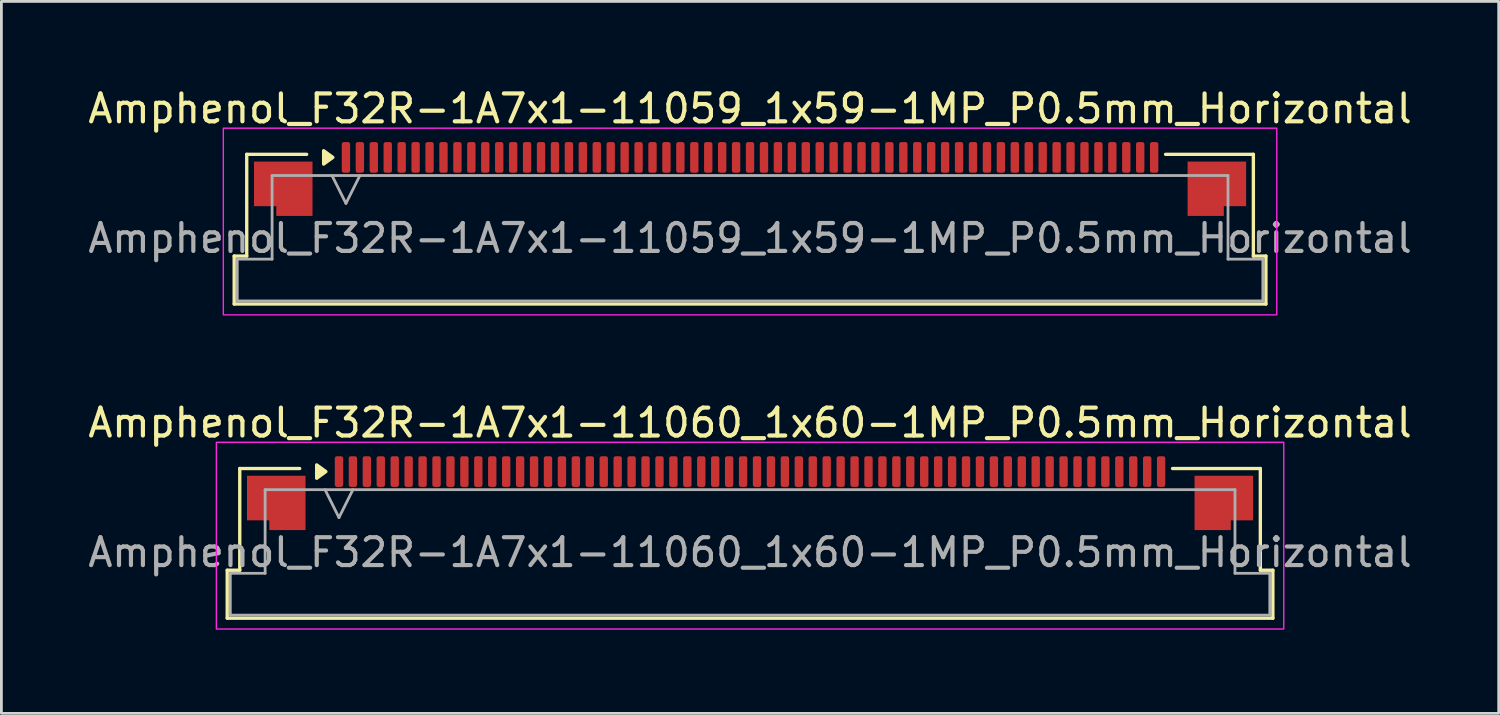
<source format=kicad_pcb>
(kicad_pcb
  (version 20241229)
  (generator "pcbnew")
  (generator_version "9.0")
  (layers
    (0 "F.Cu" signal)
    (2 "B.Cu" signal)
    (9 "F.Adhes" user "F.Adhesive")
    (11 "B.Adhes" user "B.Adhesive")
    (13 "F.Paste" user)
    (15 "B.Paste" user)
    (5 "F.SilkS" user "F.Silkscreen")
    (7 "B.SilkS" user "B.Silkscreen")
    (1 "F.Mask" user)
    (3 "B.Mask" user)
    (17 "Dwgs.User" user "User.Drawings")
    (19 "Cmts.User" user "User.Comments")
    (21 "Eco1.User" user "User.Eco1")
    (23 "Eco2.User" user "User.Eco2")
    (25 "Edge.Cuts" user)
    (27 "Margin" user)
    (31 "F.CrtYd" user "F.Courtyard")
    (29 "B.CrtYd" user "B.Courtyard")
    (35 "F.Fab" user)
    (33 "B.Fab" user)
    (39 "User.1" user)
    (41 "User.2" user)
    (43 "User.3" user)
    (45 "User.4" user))
  (footprint "Amphenol_F32R-1A7x1-11059_1x59-1MP_P0.5mm_Horizontal"
    (layer "F.Cu")
    (at 23.863 5.498)
    (property "Reference" "Amphenol_F32R-1A7x1-11059_1x59-1MP_P0.5mm_Horizontal" (at 0 -4.65 0) (layer "F.SilkS") (effects (font (size 1 1) (thickness 0.15))))
    (attr smd)
    (fp_line (start -18.51 0.64) (end -18.06 0.64) (stroke (width 0.12) (type solid)) (layer "F.SilkS"))
    (fp_line (start -18.51 2.36) (end -18.51 0.64) (stroke (width 0.12) (type solid)) (layer "F.SilkS"))
    (fp_line (start -18.06 -3.01) (end -15.91 -3.01) (stroke (width 0.12) (type solid)) (layer "F.SilkS"))
    (fp_line (start -18.06 0.64) (end -18.06 -3.01) (stroke (width 0.12) (type solid)) (layer "F.SilkS"))
    (fp_line (start 14.91 -3.01) (end 18.06 -3.01) (stroke (width 0.12) (type solid)) (layer "F.SilkS"))
    (fp_line (start 18.06 -3.01) (end 18.06 0.64) (stroke (width 0.12) (type solid)) (layer "F.SilkS"))
    (fp_line (start 18.06 0.64) (end 18.51 0.64) (stroke (width 0.12) (type solid)) (layer "F.SilkS"))
    (fp_line (start 18.51 0.64) (end 18.51 2.36) (stroke (width 0.12) (type solid)) (layer "F.SilkS"))
    (fp_line (start 18.51 2.36) (end -18.51 2.36) (stroke (width 0.12) (type solid)) (layer "F.SilkS"))
    (fp_poly (pts (xy -14.97 -2.9) (xy -15.3 -2.66) (xy -15.3 -3.14)) (stroke (width 0.12) (type solid)) (fill yes) (layer "F.SilkS"))
    (fp_rect (start -18.9 -3.95) (end 18.9 2.75) (stroke (width 0.05) (type solid)) (fill no) (layer "F.CrtYd"))
    (fp_line (start -18.4 0.75) (end -17.15 0.75) (stroke (width 0.1) (type solid)) (layer "F.Fab"))
    (fp_line (start -18.4 2.25) (end -18.4 0.75) (stroke (width 0.1) (type solid)) (layer "F.Fab"))
    (fp_line (start -17.15 -2.25) (end 17.15 -2.25) (stroke (width 0.1) (type solid)) (layer "F.Fab"))
    (fp_line (start -17.15 0.75) (end -17.15 -2.25) (stroke (width 0.1) (type solid)) (layer "F.Fab"))
    (fp_line (start -15 -2.25) (end -14.5 -1.25) (stroke (width 0.1) (type solid)) (layer "F.Fab"))
    (fp_line (start -14.5 -1.25) (end -14 -2.25) (stroke (width 0.1) (type solid)) (layer "F.Fab"))
    (fp_line (start 17.15 -2.25) (end 17.15 0.75) (stroke (width 0.1) (type solid)) (layer "F.Fab"))
    (fp_line (start 17.15 0.75) (end 18.4 0.75) (stroke (width 0.1) (type solid)) (layer "F.Fab"))
    (fp_line (start 18.4 0.75) (end 18.4 2.25) (stroke (width 0.1) (type solid)) (layer "F.Fab"))
    (fp_line (start 18.4 2.25) (end -18.4 2.25) (stroke (width 0.1) (type solid)) (layer "F.Fab"))
    (fp_text user "${REFERENCE}" (at 0 0 0) (layer "F.Fab") (effects (font (size 1 1) (thickness 0.15))))
    (pad "1" smd roundrect (at -14.5 -2.9) (size 0.3 1.1) (layers "F.Cu" "F.Mask" "F.Paste") (roundrect_rratio 0.25))
    (pad "2" smd roundrect (at -14 -2.9) (size 0.3 1.1) (layers "F.Cu" "F.Mask" "F.Paste") (roundrect_rratio 0.25))
    (pad "3" smd roundrect (at -13.5 -2.9) (size 0.3 1.1) (layers "F.Cu" "F.Mask" "F.Paste") (roundrect_rratio 0.25))
    (pad "4" smd roundrect (at -13 -2.9) (size 0.3 1.1) (layers "F.Cu" "F.Mask" "F.Paste") (roundrect_rratio 0.25))
    (pad "5" smd roundrect (at -12.5 -2.9) (size 0.3 1.1) (layers "F.Cu" "F.Mask" "F.Paste") (roundrect_rratio 0.25))
    (pad "6" smd roundrect (at -12 -2.9) (size 0.3 1.1) (layers "F.Cu" "F.Mask" "F.Paste") (roundrect_rratio 0.25))
    (pad "7" smd roundrect (at -11.5 -2.9) (size 0.3 1.1) (layers "F.Cu" "F.Mask" "F.Paste") (roundrect_rratio 0.25))
    (pad "8" smd roundrect (at -11 -2.9) (size 0.3 1.1) (layers "F.Cu" "F.Mask" "F.Paste") (roundrect_rratio 0.25))
    (pad "9" smd roundrect (at -10.5 -2.9) (size 0.3 1.1) (layers "F.Cu" "F.Mask" "F.Paste") (roundrect_rratio 0.25))
    (pad "10" smd roundrect (at -10 -2.9) (size 0.3 1.1) (layers "F.Cu" "F.Mask" "F.Paste") (roundrect_rratio 0.25))
    (pad "11" smd roundrect (at -9.5 -2.9) (size 0.3 1.1) (layers "F.Cu" "F.Mask" "F.Paste") (roundrect_rratio 0.25))
    (pad "12" smd roundrect (at -9 -2.9) (size 0.3 1.1) (layers "F.Cu" "F.Mask" "F.Paste") (roundrect_rratio 0.25))
    (pad "13" smd roundrect (at -8.5 -2.9) (size 0.3 1.1) (layers "F.Cu" "F.Mask" "F.Paste") (roundrect_rratio 0.25))
    (pad "14" smd roundrect (at -8 -2.9) (size 0.3 1.1) (layers "F.Cu" "F.Mask" "F.Paste") (roundrect_rratio 0.25))
    (pad "15" smd roundrect (at -7.5 -2.9) (size 0.3 1.1) (layers "F.Cu" "F.Mask" "F.Paste") (roundrect_rratio 0.25))
    (pad "16" smd roundrect (at -7 -2.9) (size 0.3 1.1) (layers "F.Cu" "F.Mask" "F.Paste") (roundrect_rratio 0.25))
    (pad "17" smd roundrect (at -6.5 -2.9) (size 0.3 1.1) (layers "F.Cu" "F.Mask" "F.Paste") (roundrect_rratio 0.25))
    (pad "18" smd roundrect (at -6 -2.9) (size 0.3 1.1) (layers "F.Cu" "F.Mask" "F.Paste") (roundrect_rratio 0.25))
    (pad "19" smd roundrect (at -5.5 -2.9) (size 0.3 1.1) (layers "F.Cu" "F.Mask" "F.Paste") (roundrect_rratio 0.25))
    (pad "20" smd roundrect (at -5 -2.9) (size 0.3 1.1) (layers "F.Cu" "F.Mask" "F.Paste") (roundrect_rratio 0.25))
    (pad "21" smd roundrect (at -4.5 -2.9) (size 0.3 1.1) (layers "F.Cu" "F.Mask" "F.Paste") (roundrect_rratio 0.25))
    (pad "22" smd roundrect (at -4 -2.9) (size 0.3 1.1) (layers "F.Cu" "F.Mask" "F.Paste") (roundrect_rratio 0.25))
    (pad "23" smd roundrect (at -3.5 -2.9) (size 0.3 1.1) (layers "F.Cu" "F.Mask" "F.Paste") (roundrect_rratio 0.25))
    (pad "24" smd roundrect (at -3 -2.9) (size 0.3 1.1) (layers "F.Cu" "F.Mask" "F.Paste") (roundrect_rratio 0.25))
    (pad "25" smd roundrect (at -2.5 -2.9) (size 0.3 1.1) (layers "F.Cu" "F.Mask" "F.Paste") (roundrect_rratio 0.25))
    (pad "26" smd roundrect (at -2 -2.9) (size 0.3 1.1) (layers "F.Cu" "F.Mask" "F.Paste") (roundrect_rratio 0.25))
    (pad "27" smd roundrect (at -1.5 -2.9) (size 0.3 1.1) (layers "F.Cu" "F.Mask" "F.Paste") (roundrect_rratio 0.25))
    (pad "28" smd roundrect (at -1 -2.9) (size 0.3 1.1) (layers "F.Cu" "F.Mask" "F.Paste") (roundrect_rratio 0.25))
    (pad "29" smd roundrect (at -0.5 -2.9) (size 0.3 1.1) (layers "F.Cu" "F.Mask" "F.Paste") (roundrect_rratio 0.25))
    (pad "30" smd roundrect (at 0 -2.9) (size 0.3 1.1) (layers "F.Cu" "F.Mask" "F.Paste") (roundrect_rratio 0.25))
    (pad "31" smd roundrect (at 0.5 -2.9) (size 0.3 1.1) (layers "F.Cu" "F.Mask" "F.Paste") (roundrect_rratio 0.25))
    (pad "32" smd roundrect (at 1 -2.9) (size 0.3 1.1) (layers "F.Cu" "F.Mask" "F.Paste") (roundrect_rratio 0.25))
    (pad "33" smd roundrect (at 1.5 -2.9) (size 0.3 1.1) (layers "F.Cu" "F.Mask" "F.Paste") (roundrect_rratio 0.25))
    (pad "34" smd roundrect (at 2 -2.9) (size 0.3 1.1) (layers "F.Cu" "F.Mask" "F.Paste") (roundrect_rratio 0.25))
    (pad "35" smd roundrect (at 2.5 -2.9) (size 0.3 1.1) (layers "F.Cu" "F.Mask" "F.Paste") (roundrect_rratio 0.25))
    (pad "36" smd roundrect (at 3 -2.9) (size 0.3 1.1) (layers "F.Cu" "F.Mask" "F.Paste") (roundrect_rratio 0.25))
    (pad "37" smd roundrect (at 3.5 -2.9) (size 0.3 1.1) (layers "F.Cu" "F.Mask" "F.Paste") (roundrect_rratio 0.25))
    (pad "38" smd roundrect (at 4 -2.9) (size 0.3 1.1) (layers "F.Cu" "F.Mask" "F.Paste") (roundrect_rratio 0.25))
    (pad "39" smd roundrect (at 4.5 -2.9) (size 0.3 1.1) (layers "F.Cu" "F.Mask" "F.Paste") (roundrect_rratio 0.25))
    (pad "40" smd roundrect (at 5 -2.9) (size 0.3 1.1) (layers "F.Cu" "F.Mask" "F.Paste") (roundrect_rratio 0.25))
    (pad "41" smd roundrect (at 5.5 -2.9) (size 0.3 1.1) (layers "F.Cu" "F.Mask" "F.Paste") (roundrect_rratio 0.25))
    (pad "42" smd roundrect (at 6 -2.9) (size 0.3 1.1) (layers "F.Cu" "F.Mask" "F.Paste") (roundrect_rratio 0.25))
    (pad "43" smd roundrect (at 6.5 -2.9) (size 0.3 1.1) (layers "F.Cu" "F.Mask" "F.Paste") (roundrect_rratio 0.25))
    (pad "44" smd roundrect (at 7 -2.9) (size 0.3 1.1) (layers "F.Cu" "F.Mask" "F.Paste") (roundrect_rratio 0.25))
    (pad "45" smd roundrect (at 7.5 -2.9) (size 0.3 1.1) (layers "F.Cu" "F.Mask" "F.Paste") (roundrect_rratio 0.25))
    (pad "46" smd roundrect (at 8 -2.9) (size 0.3 1.1) (layers "F.Cu" "F.Mask" "F.Paste") (roundrect_rratio 0.25))
    (pad "47" smd roundrect (at 8.5 -2.9) (size 0.3 1.1) (layers "F.Cu" "F.Mask" "F.Paste") (roundrect_rratio 0.25))
    (pad "48" smd roundrect (at 9 -2.9) (size 0.3 1.1) (layers "F.Cu" "F.Mask" "F.Paste") (roundrect_rratio 0.25))
    (pad "49" smd roundrect (at 9.5 -2.9) (size 0.3 1.1) (layers "F.Cu" "F.Mask" "F.Paste") (roundrect_rratio 0.25))
    (pad "50" smd roundrect (at 10 -2.9) (size 0.3 1.1) (layers "F.Cu" "F.Mask" "F.Paste") (roundrect_rratio 0.25))
    (pad "51" smd roundrect (at 10.5 -2.9) (size 0.3 1.1) (layers "F.Cu" "F.Mask" "F.Paste") (roundrect_rratio 0.25))
    (pad "52" smd roundrect (at 11 -2.9) (size 0.3 1.1) (layers "F.Cu" "F.Mask" "F.Paste") (roundrect_rratio 0.25))
    (pad "53" smd roundrect (at 11.5 -2.9) (size 0.3 1.1) (layers "F.Cu" "F.Mask" "F.Paste") (roundrect_rratio 0.25))
    (pad "54" smd roundrect (at 12 -2.9) (size 0.3 1.1) (layers "F.Cu" "F.Mask" "F.Paste") (roundrect_rratio 0.25))
    (pad "55" smd roundrect (at 12.5 -2.9) (size 0.3 1.1) (layers "F.Cu" "F.Mask" "F.Paste") (roundrect_rratio 0.25))
    (pad "56" smd roundrect (at 13 -2.9) (size 0.3 1.1) (layers "F.Cu" "F.Mask" "F.Paste") (roundrect_rratio 0.25))
    (pad "57" smd roundrect (at 13.5 -2.9) (size 0.3 1.1) (layers "F.Cu" "F.Mask" "F.Paste") (roundrect_rratio 0.25))
    (pad "58" smd roundrect (at 14 -2.9) (size 0.3 1.1) (layers "F.Cu" "F.Mask" "F.Paste") (roundrect_rratio 0.25))
    (pad "59" smd roundrect (at 14.5 -2.9) (size 0.3 1.1) (layers "F.Cu" "F.Mask" "F.Paste") (roundrect_rratio 0.25))
    (pad "MP" smd custom (at -16.75 -1.775) (size 1 1) (layers "F.Cu" "F.Mask" "F.Paste") (options (anchor circle)) (primitives (gr_poly (pts (xy 1.05 -0.975) (xy 1.05 0.975) (xy -0.25 0.975) (xy -0.25 0.625) (xy -1.05 0.625) (xy -1.05 -0.975)) (width 0) (fill yes))))
    (pad "MP" smd custom (at 16.75 -1.775) (size 1 1) (layers "F.Cu" "F.Mask" "F.Paste") (options (anchor circle)) (primitives (gr_poly (pts (xy -1.05 -0.975) (xy -1.05 0.975) (xy 0.25 0.975) (xy 0.25 0.625) (xy 1.05 0.625) (xy 1.05 -0.975)) (width 0) (fill yes)))))
  (footprint "Amphenol_F32R-1A7x1-11060_1x60-1MP_P0.5mm_Horizontal"
    (layer "F.Cu")
    (at 23.863 16.771)
    (property "Reference" "Amphenol_F32R-1A7x1-11060_1x60-1MP_P0.5mm_Horizontal" (at 0 -4.65 0) (layer "F.SilkS") (effects (font (size 1 1) (thickness 0.15))))
    (attr smd)
    (fp_line (start -18.76 0.64) (end -18.31 0.64) (stroke (width 0.12) (type solid)) (layer "F.SilkS"))
    (fp_line (start -18.76 2.36) (end -18.76 0.64) (stroke (width 0.12) (type solid)) (layer "F.SilkS"))
    (fp_line (start -18.31 -3.01) (end -16.16 -3.01) (stroke (width 0.12) (type solid)) (layer "F.SilkS"))
    (fp_line (start -18.31 0.64) (end -18.31 -3.01) (stroke (width 0.12) (type solid)) (layer "F.SilkS"))
    (fp_line (start 15.16 -3.01) (end 18.31 -3.01) (stroke (width 0.12) (type solid)) (layer "F.SilkS"))
    (fp_line (start 18.31 -3.01) (end 18.31 0.64) (stroke (width 0.12) (type solid)) (layer "F.SilkS"))
    (fp_line (start 18.31 0.64) (end 18.76 0.64) (stroke (width 0.12) (type solid)) (layer "F.SilkS"))
    (fp_line (start 18.76 0.64) (end 18.76 2.36) (stroke (width 0.12) (type solid)) (layer "F.SilkS"))
    (fp_line (start 18.76 2.36) (end -18.76 2.36) (stroke (width 0.12) (type solid)) (layer "F.SilkS"))
    (fp_poly (pts (xy -15.22 -2.9) (xy -15.55 -2.66) (xy -15.55 -3.14)) (stroke (width 0.12) (type solid)) (fill yes) (layer "F.SilkS"))
    (fp_rect (start -19.15 -3.95) (end 19.15 2.75) (stroke (width 0.05) (type solid)) (fill no) (layer "F.CrtYd"))
    (fp_line (start -18.65 0.75) (end -17.4 0.75) (stroke (width 0.1) (type solid)) (layer "F.Fab"))
    (fp_line (start -18.65 2.25) (end -18.65 0.75) (stroke (width 0.1) (type solid)) (layer "F.Fab"))
    (fp_line (start -17.4 -2.25) (end 17.4 -2.25) (stroke (width 0.1) (type solid)) (layer "F.Fab"))
    (fp_line (start -17.4 0.75) (end -17.4 -2.25) (stroke (width 0.1) (type solid)) (layer "F.Fab"))
    (fp_line (start -15.25 -2.25) (end -14.75 -1.25) (stroke (width 0.1) (type solid)) (layer "F.Fab"))
    (fp_line (start -14.75 -1.25) (end -14.25 -2.25) (stroke (width 0.1) (type solid)) (layer "F.Fab"))
    (fp_line (start 17.4 -2.25) (end 17.4 0.75) (stroke (width 0.1) (type solid)) (layer "F.Fab"))
    (fp_line (start 17.4 0.75) (end 18.65 0.75) (stroke (width 0.1) (type solid)) (layer "F.Fab"))
    (fp_line (start 18.65 0.75) (end 18.65 2.25) (stroke (width 0.1) (type solid)) (layer "F.Fab"))
    (fp_line (start 18.65 2.25) (end -18.65 2.25) (stroke (width 0.1) (type solid)) (layer "F.Fab"))
    (fp_text user "${REFERENCE}" (at 0 0 0) (layer "F.Fab") (effects (font (size 1 1) (thickness 0.15))))
    (pad "1" smd roundrect (at -14.75 -2.9) (size 0.3 1.1) (layers "F.Cu" "F.Mask" "F.Paste") (roundrect_rratio 0.25))
    (pad "2" smd roundrect (at -14.25 -2.9) (size 0.3 1.1) (layers "F.Cu" "F.Mask" "F.Paste") (roundrect_rratio 0.25))
    (pad "3" smd roundrect (at -13.75 -2.9) (size 0.3 1.1) (layers "F.Cu" "F.Mask" "F.Paste") (roundrect_rratio 0.25))
    (pad "4" smd roundrect (at -13.25 -2.9) (size 0.3 1.1) (layers "F.Cu" "F.Mask" "F.Paste") (roundrect_rratio 0.25))
    (pad "5" smd roundrect (at -12.75 -2.9) (size 0.3 1.1) (layers "F.Cu" "F.Mask" "F.Paste") (roundrect_rratio 0.25))
    (pad "6" smd roundrect (at -12.25 -2.9) (size 0.3 1.1) (layers "F.Cu" "F.Mask" "F.Paste") (roundrect_rratio 0.25))
    (pad "7" smd roundrect (at -11.75 -2.9) (size 0.3 1.1) (layers "F.Cu" "F.Mask" "F.Paste") (roundrect_rratio 0.25))
    (pad "8" smd roundrect (at -11.25 -2.9) (size 0.3 1.1) (layers "F.Cu" "F.Mask" "F.Paste") (roundrect_rratio 0.25))
    (pad "9" smd roundrect (at -10.75 -2.9) (size 0.3 1.1) (layers "F.Cu" "F.Mask" "F.Paste") (roundrect_rratio 0.25))
    (pad "10" smd roundrect (at -10.25 -2.9) (size 0.3 1.1) (layers "F.Cu" "F.Mask" "F.Paste") (roundrect_rratio 0.25))
    (pad "11" smd roundrect (at -9.75 -2.9) (size 0.3 1.1) (layers "F.Cu" "F.Mask" "F.Paste") (roundrect_rratio 0.25))
    (pad "12" smd roundrect (at -9.25 -2.9) (size 0.3 1.1) (layers "F.Cu" "F.Mask" "F.Paste") (roundrect_rratio 0.25))
    (pad "13" smd roundrect (at -8.75 -2.9) (size 0.3 1.1) (layers "F.Cu" "F.Mask" "F.Paste") (roundrect_rratio 0.25))
    (pad "14" smd roundrect (at -8.25 -2.9) (size 0.3 1.1) (layers "F.Cu" "F.Mask" "F.Paste") (roundrect_rratio 0.25))
    (pad "15" smd roundrect (at -7.75 -2.9) (size 0.3 1.1) (layers "F.Cu" "F.Mask" "F.Paste") (roundrect_rratio 0.25))
    (pad "16" smd roundrect (at -7.25 -2.9) (size 0.3 1.1) (layers "F.Cu" "F.Mask" "F.Paste") (roundrect_rratio 0.25))
    (pad "17" smd roundrect (at -6.75 -2.9) (size 0.3 1.1) (layers "F.Cu" "F.Mask" "F.Paste") (roundrect_rratio 0.25))
    (pad "18" smd roundrect (at -6.25 -2.9) (size 0.3 1.1) (layers "F.Cu" "F.Mask" "F.Paste") (roundrect_rratio 0.25))
    (pad "19" smd roundrect (at -5.75 -2.9) (size 0.3 1.1) (layers "F.Cu" "F.Mask" "F.Paste") (roundrect_rratio 0.25))
    (pad "20" smd roundrect (at -5.25 -2.9) (size 0.3 1.1) (layers "F.Cu" "F.Mask" "F.Paste") (roundrect_rratio 0.25))
    (pad "21" smd roundrect (at -4.75 -2.9) (size 0.3 1.1) (layers "F.Cu" "F.Mask" "F.Paste") (roundrect_rratio 0.25))
    (pad "22" smd roundrect (at -4.25 -2.9) (size 0.3 1.1) (layers "F.Cu" "F.Mask" "F.Paste") (roundrect_rratio 0.25))
    (pad "23" smd roundrect (at -3.75 -2.9) (size 0.3 1.1) (layers "F.Cu" "F.Mask" "F.Paste") (roundrect_rratio 0.25))
    (pad "24" smd roundrect (at -3.25 -2.9) (size 0.3 1.1) (layers "F.Cu" "F.Mask" "F.Paste") (roundrect_rratio 0.25))
    (pad "25" smd roundrect (at -2.75 -2.9) (size 0.3 1.1) (layers "F.Cu" "F.Mask" "F.Paste") (roundrect_rratio 0.25))
    (pad "26" smd roundrect (at -2.25 -2.9) (size 0.3 1.1) (layers "F.Cu" "F.Mask" "F.Paste") (roundrect_rratio 0.25))
    (pad "27" smd roundrect (at -1.75 -2.9) (size 0.3 1.1) (layers "F.Cu" "F.Mask" "F.Paste") (roundrect_rratio 0.25))
    (pad "28" smd roundrect (at -1.25 -2.9) (size 0.3 1.1) (layers "F.Cu" "F.Mask" "F.Paste") (roundrect_rratio 0.25))
    (pad "29" smd roundrect (at -0.75 -2.9) (size 0.3 1.1) (layers "F.Cu" "F.Mask" "F.Paste") (roundrect_rratio 0.25))
    (pad "30" smd roundrect (at -0.25 -2.9) (size 0.3 1.1) (layers "F.Cu" "F.Mask" "F.Paste") (roundrect_rratio 0.25))
    (pad "31" smd roundrect (at 0.25 -2.9) (size 0.3 1.1) (layers "F.Cu" "F.Mask" "F.Paste") (roundrect_rratio 0.25))
    (pad "32" smd roundrect (at 0.75 -2.9) (size 0.3 1.1) (layers "F.Cu" "F.Mask" "F.Paste") (roundrect_rratio 0.25))
    (pad "33" smd roundrect (at 1.25 -2.9) (size 0.3 1.1) (layers "F.Cu" "F.Mask" "F.Paste") (roundrect_rratio 0.25))
    (pad "34" smd roundrect (at 1.75 -2.9) (size 0.3 1.1) (layers "F.Cu" "F.Mask" "F.Paste") (roundrect_rratio 0.25))
    (pad "35" smd roundrect (at 2.25 -2.9) (size 0.3 1.1) (layers "F.Cu" "F.Mask" "F.Paste") (roundrect_rratio 0.25))
    (pad "36" smd roundrect (at 2.75 -2.9) (size 0.3 1.1) (layers "F.Cu" "F.Mask" "F.Paste") (roundrect_rratio 0.25))
    (pad "37" smd roundrect (at 3.25 -2.9) (size 0.3 1.1) (layers "F.Cu" "F.Mask" "F.Paste") (roundrect_rratio 0.25))
    (pad "38" smd roundrect (at 3.75 -2.9) (size 0.3 1.1) (layers "F.Cu" "F.Mask" "F.Paste") (roundrect_rratio 0.25))
    (pad "39" smd roundrect (at 4.25 -2.9) (size 0.3 1.1) (layers "F.Cu" "F.Mask" "F.Paste") (roundrect_rratio 0.25))
    (pad "40" smd roundrect (at 4.75 -2.9) (size 0.3 1.1) (layers "F.Cu" "F.Mask" "F.Paste") (roundrect_rratio 0.25))
    (pad "41" smd roundrect (at 5.25 -2.9) (size 0.3 1.1) (layers "F.Cu" "F.Mask" "F.Paste") (roundrect_rratio 0.25))
    (pad "42" smd roundrect (at 5.75 -2.9) (size 0.3 1.1) (layers "F.Cu" "F.Mask" "F.Paste") (roundrect_rratio 0.25))
    (pad "43" smd roundrect (at 6.25 -2.9) (size 0.3 1.1) (layers "F.Cu" "F.Mask" "F.Paste") (roundrect_rratio 0.25))
    (pad "44" smd roundrect (at 6.75 -2.9) (size 0.3 1.1) (layers "F.Cu" "F.Mask" "F.Paste") (roundrect_rratio 0.25))
    (pad "45" smd roundrect (at 7.25 -2.9) (size 0.3 1.1) (layers "F.Cu" "F.Mask" "F.Paste") (roundrect_rratio 0.25))
    (pad "46" smd roundrect (at 7.75 -2.9) (size 0.3 1.1) (layers "F.Cu" "F.Mask" "F.Paste") (roundrect_rratio 0.25))
    (pad "47" smd roundrect (at 8.25 -2.9) (size 0.3 1.1) (layers "F.Cu" "F.Mask" "F.Paste") (roundrect_rratio 0.25))
    (pad "48" smd roundrect (at 8.75 -2.9) (size 0.3 1.1) (layers "F.Cu" "F.Mask" "F.Paste") (roundrect_rratio 0.25))
    (pad "49" smd roundrect (at 9.25 -2.9) (size 0.3 1.1) (layers "F.Cu" "F.Mask" "F.Paste") (roundrect_rratio 0.25))
    (pad "50" smd roundrect (at 9.75 -2.9) (size 0.3 1.1) (layers "F.Cu" "F.Mask" "F.Paste") (roundrect_rratio 0.25))
    (pad "51" smd roundrect (at 10.25 -2.9) (size 0.3 1.1) (layers "F.Cu" "F.Mask" "F.Paste") (roundrect_rratio 0.25))
    (pad "52" smd roundrect (at 10.75 -2.9) (size 0.3 1.1) (layers "F.Cu" "F.Mask" "F.Paste") (roundrect_rratio 0.25))
    (pad "53" smd roundrect (at 11.25 -2.9) (size 0.3 1.1) (layers "F.Cu" "F.Mask" "F.Paste") (roundrect_rratio 0.25))
    (pad "54" smd roundrect (at 11.75 -2.9) (size 0.3 1.1) (layers "F.Cu" "F.Mask" "F.Paste") (roundrect_rratio 0.25))
    (pad "55" smd roundrect (at 12.25 -2.9) (size 0.3 1.1) (layers "F.Cu" "F.Mask" "F.Paste") (roundrect_rratio 0.25))
    (pad "56" smd roundrect (at 12.75 -2.9) (size 0.3 1.1) (layers "F.Cu" "F.Mask" "F.Paste") (roundrect_rratio 0.25))
    (pad "57" smd roundrect (at 13.25 -2.9) (size 0.3 1.1) (layers "F.Cu" "F.Mask" "F.Paste") (roundrect_rratio 0.25))
    (pad "58" smd roundrect (at 13.75 -2.9) (size 0.3 1.1) (layers "F.Cu" "F.Mask" "F.Paste") (roundrect_rratio 0.25))
    (pad "59" smd roundrect (at 14.25 -2.9) (size 0.3 1.1) (layers "F.Cu" "F.Mask" "F.Paste") (roundrect_rratio 0.25))
    (pad "60" smd roundrect (at 14.75 -2.9) (size 0.3 1.1) (layers "F.Cu" "F.Mask" "F.Paste") (roundrect_rratio 0.25))
    (pad "MP" smd custom (at -17 -1.775) (size 1 1) (layers "F.Cu" "F.Mask" "F.Paste") (options (anchor circle)) (primitives (gr_poly (pts (xy 1.05 -0.975) (xy 1.05 0.975) (xy -0.25 0.975) (xy -0.25 0.625) (xy -1.05 0.625) (xy -1.05 -0.975)) (width 0) (fill yes))))
    (pad "MP" smd custom (at 17 -1.775) (size 1 1) (layers "F.Cu" "F.Mask" "F.Paste") (options (anchor circle)) (primitives (gr_poly (pts (xy -1.05 -0.975) (xy -1.05 0.975) (xy 0.25 0.975) (xy 0.25 0.625) (xy 1.05 0.625) (xy 1.05 -0.975)) (width 0) (fill yes)))))
  (gr_rect
    (start -3 -3)
    (end 50.726 22.547)
    (stroke (width 0.1) (type default))
    (fill no)
    (layer "Edge.Cuts")))
</source>
